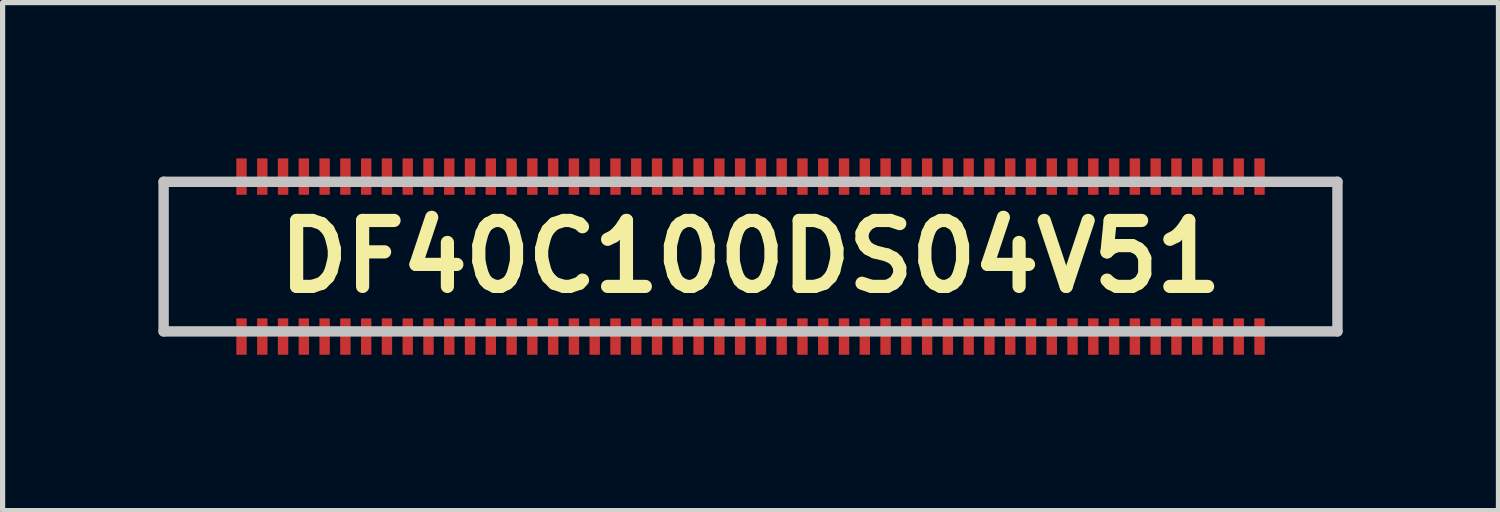
<source format=kicad_pcb>
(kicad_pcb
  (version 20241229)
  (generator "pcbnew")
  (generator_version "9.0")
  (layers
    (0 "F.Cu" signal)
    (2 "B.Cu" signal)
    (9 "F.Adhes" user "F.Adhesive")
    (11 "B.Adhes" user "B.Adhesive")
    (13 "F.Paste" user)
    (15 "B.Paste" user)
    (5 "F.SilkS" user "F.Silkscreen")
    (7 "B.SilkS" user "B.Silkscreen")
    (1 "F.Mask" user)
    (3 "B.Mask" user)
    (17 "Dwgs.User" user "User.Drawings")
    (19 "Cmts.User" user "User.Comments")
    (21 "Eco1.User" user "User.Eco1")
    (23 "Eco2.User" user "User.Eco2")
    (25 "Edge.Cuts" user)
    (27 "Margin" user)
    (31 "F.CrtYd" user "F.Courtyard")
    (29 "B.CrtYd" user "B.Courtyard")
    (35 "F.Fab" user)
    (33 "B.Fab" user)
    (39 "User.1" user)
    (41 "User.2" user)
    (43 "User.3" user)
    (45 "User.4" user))
  (footprint "DF40C100DS04V51"
    (layer "F.Cu")
    (at 11.4 1.89)
    (property "Reference" "DF40C100DS04V51" (at 0 0 0) (layer "F.SilkS") (effects (font (size 1.27 1.27) (thickness 0.254))))
    (attr smd)
    (fp_line (start -11.3 -1.44) (end -11.3 1.44) (stroke (width 0.1) (type solid)) (layer "F.SilkS"))
    (fp_line (start -11.3 1.44) (end -10.5 1.44) (stroke (width 0.1) (type solid)) (layer "F.SilkS"))
    (fp_line (start -10.5 -1.44) (end -11.3 -1.44) (stroke (width 0.1) (type solid)) (layer "F.SilkS"))
    (fp_line (start 10.5 -1.44) (end 11.3 -1.44) (stroke (width 0.1) (type solid)) (layer "F.SilkS"))
    (fp_line (start 11.3 -1.44) (end 11.3 1.44) (stroke (width 0.1) (type solid)) (layer "F.SilkS"))
    (fp_line (start 11.3 1.44) (end 10.5 1.44) (stroke (width 0.1) (type solid)) (layer "F.SilkS"))
    (fp_line (start -11.3 -1.44) (end 11.3 -1.44) (stroke (width 0.2) (type solid)) (layer "Dwgs.User"))
    (fp_line (start -11.3 1.44) (end -11.3 -1.44) (stroke (width 0.2) (type solid)) (layer "Dwgs.User"))
    (fp_line (start 11.3 -1.44) (end 11.3 1.44) (stroke (width 0.2) (type solid)) (layer "Dwgs.User"))
    (fp_line (start 11.3 1.44) (end -11.3 1.44) (stroke (width 0.2) (type solid)) (layer "Dwgs.User"))
    (pad "1" smd rect (at -9.8 1.54) (size 0.2 0.7) (layers "F.Cu" "F.Mask" "F.Paste"))
    (pad "2" smd rect (at -9.8 -1.54) (size 0.2 0.7) (layers "F.Cu" "F.Mask" "F.Paste"))
    (pad "3" smd rect (at -9.4 1.54) (size 0.2 0.7) (layers "F.Cu" "F.Mask" "F.Paste"))
    (pad "4" smd rect (at -9.4 -1.54) (size 0.2 0.7) (layers "F.Cu" "F.Mask" "F.Paste"))
    (pad "5" smd rect (at -9 1.54) (size 0.2 0.7) (layers "F.Cu" "F.Mask" "F.Paste"))
    (pad "6" smd rect (at -9 -1.54) (size 0.2 0.7) (layers "F.Cu" "F.Mask" "F.Paste"))
    (pad "7" smd rect (at -8.6 1.54) (size 0.2 0.7) (layers "F.Cu" "F.Mask" "F.Paste"))
    (pad "8" smd rect (at -8.6 -1.54) (size 0.2 0.7) (layers "F.Cu" "F.Mask" "F.Paste"))
    (pad "9" smd rect (at -8.2 1.54) (size 0.2 0.7) (layers "F.Cu" "F.Mask" "F.Paste"))
    (pad "10" smd rect (at -8.2 -1.54) (size 0.2 0.7) (layers "F.Cu" "F.Mask" "F.Paste"))
    (pad "11" smd rect (at -7.8 1.54) (size 0.2 0.7) (layers "F.Cu" "F.Mask" "F.Paste"))
    (pad "12" smd rect (at -7.8 -1.54) (size 0.2 0.7) (layers "F.Cu" "F.Mask" "F.Paste"))
    (pad "13" smd rect (at -7.4 1.54) (size 0.2 0.7) (layers "F.Cu" "F.Mask" "F.Paste"))
    (pad "14" smd rect (at -7.4 -1.54) (size 0.2 0.7) (layers "F.Cu" "F.Mask" "F.Paste"))
    (pad "15" smd rect (at -7 1.54) (size 0.2 0.7) (layers "F.Cu" "F.Mask" "F.Paste"))
    (pad "16" smd rect (at -7 -1.54) (size 0.2 0.7) (layers "F.Cu" "F.Mask" "F.Paste"))
    (pad "17" smd rect (at -6.6 1.54) (size 0.2 0.7) (layers "F.Cu" "F.Mask" "F.Paste"))
    (pad "18" smd rect (at -6.6 -1.54) (size 0.2 0.7) (layers "F.Cu" "F.Mask" "F.Paste"))
    (pad "19" smd rect (at -6.2 1.54) (size 0.2 0.7) (layers "F.Cu" "F.Mask" "F.Paste"))
    (pad "20" smd rect (at -6.2 -1.54) (size 0.2 0.7) (layers "F.Cu" "F.Mask" "F.Paste"))
    (pad "21" smd rect (at -5.8 1.54) (size 0.2 0.7) (layers "F.Cu" "F.Mask" "F.Paste"))
    (pad "22" smd rect (at -5.8 -1.54) (size 0.2 0.7) (layers "F.Cu" "F.Mask" "F.Paste"))
    (pad "23" smd rect (at -5.4 1.54) (size 0.2 0.7) (layers "F.Cu" "F.Mask" "F.Paste"))
    (pad "24" smd rect (at -5.4 -1.54) (size 0.2 0.7) (layers "F.Cu" "F.Mask" "F.Paste"))
    (pad "25" smd rect (at -5 1.54) (size 0.2 0.7) (layers "F.Cu" "F.Mask" "F.Paste"))
    (pad "26" smd rect (at -5 -1.54) (size 0.2 0.7) (layers "F.Cu" "F.Mask" "F.Paste"))
    (pad "27" smd rect (at -4.6 1.54) (size 0.2 0.7) (layers "F.Cu" "F.Mask" "F.Paste"))
    (pad "28" smd rect (at -4.6 -1.54) (size 0.2 0.7) (layers "F.Cu" "F.Mask" "F.Paste"))
    (pad "29" smd rect (at -4.2 1.54) (size 0.2 0.7) (layers "F.Cu" "F.Mask" "F.Paste"))
    (pad "30" smd rect (at -4.2 -1.54) (size 0.2 0.7) (layers "F.Cu" "F.Mask" "F.Paste"))
    (pad "31" smd rect (at -3.8 1.54) (size 0.2 0.7) (layers "F.Cu" "F.Mask" "F.Paste"))
    (pad "32" smd rect (at -3.8 -1.54) (size 0.2 0.7) (layers "F.Cu" "F.Mask" "F.Paste"))
    (pad "33" smd rect (at -3.4 1.54) (size 0.2 0.7) (layers "F.Cu" "F.Mask" "F.Paste"))
    (pad "34" smd rect (at -3.4 -1.54) (size 0.2 0.7) (layers "F.Cu" "F.Mask" "F.Paste"))
    (pad "35" smd rect (at -3 1.54) (size 0.2 0.7) (layers "F.Cu" "F.Mask" "F.Paste"))
    (pad "36" smd rect (at -3 -1.54) (size 0.2 0.7) (layers "F.Cu" "F.Mask" "F.Paste"))
    (pad "37" smd rect (at -2.6 1.54) (size 0.2 0.7) (layers "F.Cu" "F.Mask" "F.Paste"))
    (pad "38" smd rect (at -2.6 -1.54) (size 0.2 0.7) (layers "F.Cu" "F.Mask" "F.Paste"))
    (pad "39" smd rect (at -2.2 1.54) (size 0.2 0.7) (layers "F.Cu" "F.Mask" "F.Paste"))
    (pad "40" smd rect (at -2.2 -1.54) (size 0.2 0.7) (layers "F.Cu" "F.Mask" "F.Paste"))
    (pad "41" smd rect (at -1.8 1.54) (size 0.2 0.7) (layers "F.Cu" "F.Mask" "F.Paste"))
    (pad "42" smd rect (at -1.8 -1.54) (size 0.2 0.7) (layers "F.Cu" "F.Mask" "F.Paste"))
    (pad "43" smd rect (at -1.4 1.54) (size 0.2 0.7) (layers "F.Cu" "F.Mask" "F.Paste"))
    (pad "44" smd rect (at -1.4 -1.54) (size 0.2 0.7) (layers "F.Cu" "F.Mask" "F.Paste"))
    (pad "45" smd rect (at -1 1.54) (size 0.2 0.7) (layers "F.Cu" "F.Mask" "F.Paste"))
    (pad "46" smd rect (at -1 -1.54) (size 0.2 0.7) (layers "F.Cu" "F.Mask" "F.Paste"))
    (pad "47" smd rect (at -0.6 1.54) (size 0.2 0.7) (layers "F.Cu" "F.Mask" "F.Paste"))
    (pad "48" smd rect (at -0.6 -1.54) (size 0.2 0.7) (layers "F.Cu" "F.Mask" "F.Paste"))
    (pad "49" smd rect (at -0.2 1.54) (size 0.2 0.7) (layers "F.Cu" "F.Mask" "F.Paste"))
    (pad "50" smd rect (at -0.2 -1.54) (size 0.2 0.7) (layers "F.Cu" "F.Mask" "F.Paste"))
    (pad "51" smd rect (at 0.2 1.54) (size 0.2 0.7) (layers "F.Cu" "F.Mask" "F.Paste"))
    (pad "52" smd rect (at 0.2 -1.54) (size 0.2 0.7) (layers "F.Cu" "F.Mask" "F.Paste"))
    (pad "53" smd rect (at 0.6 1.54) (size 0.2 0.7) (layers "F.Cu" "F.Mask" "F.Paste"))
    (pad "54" smd rect (at 0.6 -1.54) (size 0.2 0.7) (layers "F.Cu" "F.Mask" "F.Paste"))
    (pad "55" smd rect (at 1 1.54) (size 0.2 0.7) (layers "F.Cu" "F.Mask" "F.Paste"))
    (pad "56" smd rect (at 1 -1.54) (size 0.2 0.7) (layers "F.Cu" "F.Mask" "F.Paste"))
    (pad "57" smd rect (at 1.4 1.54) (size 0.2 0.7) (layers "F.Cu" "F.Mask" "F.Paste"))
    (pad "58" smd rect (at 1.4 -1.54) (size 0.2 0.7) (layers "F.Cu" "F.Mask" "F.Paste"))
    (pad "59" smd rect (at 1.8 1.54) (size 0.2 0.7) (layers "F.Cu" "F.Mask" "F.Paste"))
    (pad "60" smd rect (at 1.8 -1.54) (size 0.2 0.7) (layers "F.Cu" "F.Mask" "F.Paste"))
    (pad "61" smd rect (at 2.2 1.54) (size 0.2 0.7) (layers "F.Cu" "F.Mask" "F.Paste"))
    (pad "62" smd rect (at 2.2 -1.54) (size 0.2 0.7) (layers "F.Cu" "F.Mask" "F.Paste"))
    (pad "63" smd rect (at 2.6 1.54) (size 0.2 0.7) (layers "F.Cu" "F.Mask" "F.Paste"))
    (pad "64" smd rect (at 2.6 -1.54) (size 0.2 0.7) (layers "F.Cu" "F.Mask" "F.Paste"))
    (pad "65" smd rect (at 3 1.54) (size 0.2 0.7) (layers "F.Cu" "F.Mask" "F.Paste"))
    (pad "66" smd rect (at 3 -1.54) (size 0.2 0.7) (layers "F.Cu" "F.Mask" "F.Paste"))
    (pad "67" smd rect (at 3.4 1.54) (size 0.2 0.7) (layers "F.Cu" "F.Mask" "F.Paste"))
    (pad "68" smd rect (at 3.4 -1.54) (size 0.2 0.7) (layers "F.Cu" "F.Mask" "F.Paste"))
    (pad "69" smd rect (at 3.8 1.54) (size 0.2 0.7) (layers "F.Cu" "F.Mask" "F.Paste"))
    (pad "70" smd rect (at 3.8 -1.54) (size 0.2 0.7) (layers "F.Cu" "F.Mask" "F.Paste"))
    (pad "71" smd rect (at 4.2 1.54) (size 0.2 0.7) (layers "F.Cu" "F.Mask" "F.Paste"))
    (pad "72" smd rect (at 4.2 -1.54) (size 0.2 0.7) (layers "F.Cu" "F.Mask" "F.Paste"))
    (pad "73" smd rect (at 4.6 1.54) (size 0.2 0.7) (layers "F.Cu" "F.Mask" "F.Paste"))
    (pad "74" smd rect (at 4.6 -1.54) (size 0.2 0.7) (layers "F.Cu" "F.Mask" "F.Paste"))
    (pad "75" smd rect (at 5 1.54) (size 0.2 0.7) (layers "F.Cu" "F.Mask" "F.Paste"))
    (pad "76" smd rect (at 5 -1.54) (size 0.2 0.7) (layers "F.Cu" "F.Mask" "F.Paste"))
    (pad "77" smd rect (at 5.4 1.54) (size 0.2 0.7) (layers "F.Cu" "F.Mask" "F.Paste"))
    (pad "78" smd rect (at 5.4 -1.54) (size 0.2 0.7) (layers "F.Cu" "F.Mask" "F.Paste"))
    (pad "79" smd rect (at 5.8 1.54) (size 0.2 0.7) (layers "F.Cu" "F.Mask" "F.Paste"))
    (pad "80" smd rect (at 5.8 -1.54) (size 0.2 0.7) (layers "F.Cu" "F.Mask" "F.Paste"))
    (pad "81" smd rect (at 6.2 1.54) (size 0.2 0.7) (layers "F.Cu" "F.Mask" "F.Paste"))
    (pad "82" smd rect (at 6.2 -1.54) (size 0.2 0.7) (layers "F.Cu" "F.Mask" "F.Paste"))
    (pad "83" smd rect (at 6.6 1.54) (size 0.2 0.7) (layers "F.Cu" "F.Mask" "F.Paste"))
    (pad "84" smd rect (at 6.6 -1.54) (size 0.2 0.7) (layers "F.Cu" "F.Mask" "F.Paste"))
    (pad "85" smd rect (at 7 1.54) (size 0.2 0.7) (layers "F.Cu" "F.Mask" "F.Paste"))
    (pad "86" smd rect (at 7 -1.54) (size 0.2 0.7) (layers "F.Cu" "F.Mask" "F.Paste"))
    (pad "87" smd rect (at 7.4 1.54) (size 0.2 0.7) (layers "F.Cu" "F.Mask" "F.Paste"))
    (pad "88" smd rect (at 7.4 -1.54) (size 0.2 0.7) (layers "F.Cu" "F.Mask" "F.Paste"))
    (pad "89" smd rect (at 7.8 1.54) (size 0.2 0.7) (layers "F.Cu" "F.Mask" "F.Paste"))
    (pad "90" smd rect (at 7.8 -1.54) (size 0.2 0.7) (layers "F.Cu" "F.Mask" "F.Paste"))
    (pad "91" smd rect (at 8.2 1.54) (size 0.2 0.7) (layers "F.Cu" "F.Mask" "F.Paste"))
    (pad "92" smd rect (at 8.2 -1.54) (size 0.2 0.7) (layers "F.Cu" "F.Mask" "F.Paste"))
    (pad "93" smd rect (at 8.6 1.54) (size 0.2 0.7) (layers "F.Cu" "F.Mask" "F.Paste"))
    (pad "94" smd rect (at 8.6 -1.54) (size 0.2 0.7) (layers "F.Cu" "F.Mask" "F.Paste"))
    (pad "95" smd rect (at 9 1.54) (size 0.2 0.7) (layers "F.Cu" "F.Mask" "F.Paste"))
    (pad "96" smd rect (at 9 -1.54) (size 0.2 0.7) (layers "F.Cu" "F.Mask" "F.Paste"))
    (pad "97" smd rect (at 9.4 1.54) (size 0.2 0.7) (layers "F.Cu" "F.Mask" "F.Paste"))
    (pad "98" smd rect (at 9.4 -1.54) (size 0.2 0.7) (layers "F.Cu" "F.Mask" "F.Paste"))
    (pad "99" smd rect (at 9.8 1.54) (size 0.2 0.7) (layers "F.Cu" "F.Mask" "F.Paste"))
    (pad "100" smd rect (at 9.8 -1.54) (size 0.2 0.7) (layers "F.Cu" "F.Mask" "F.Paste")))
  (gr_rect
    (start -3 -3)
    (end 25.8 6.78)
    (stroke (width 0.1) (type default))
    (fill no)
    (layer "Edge.Cuts")))
</source>
